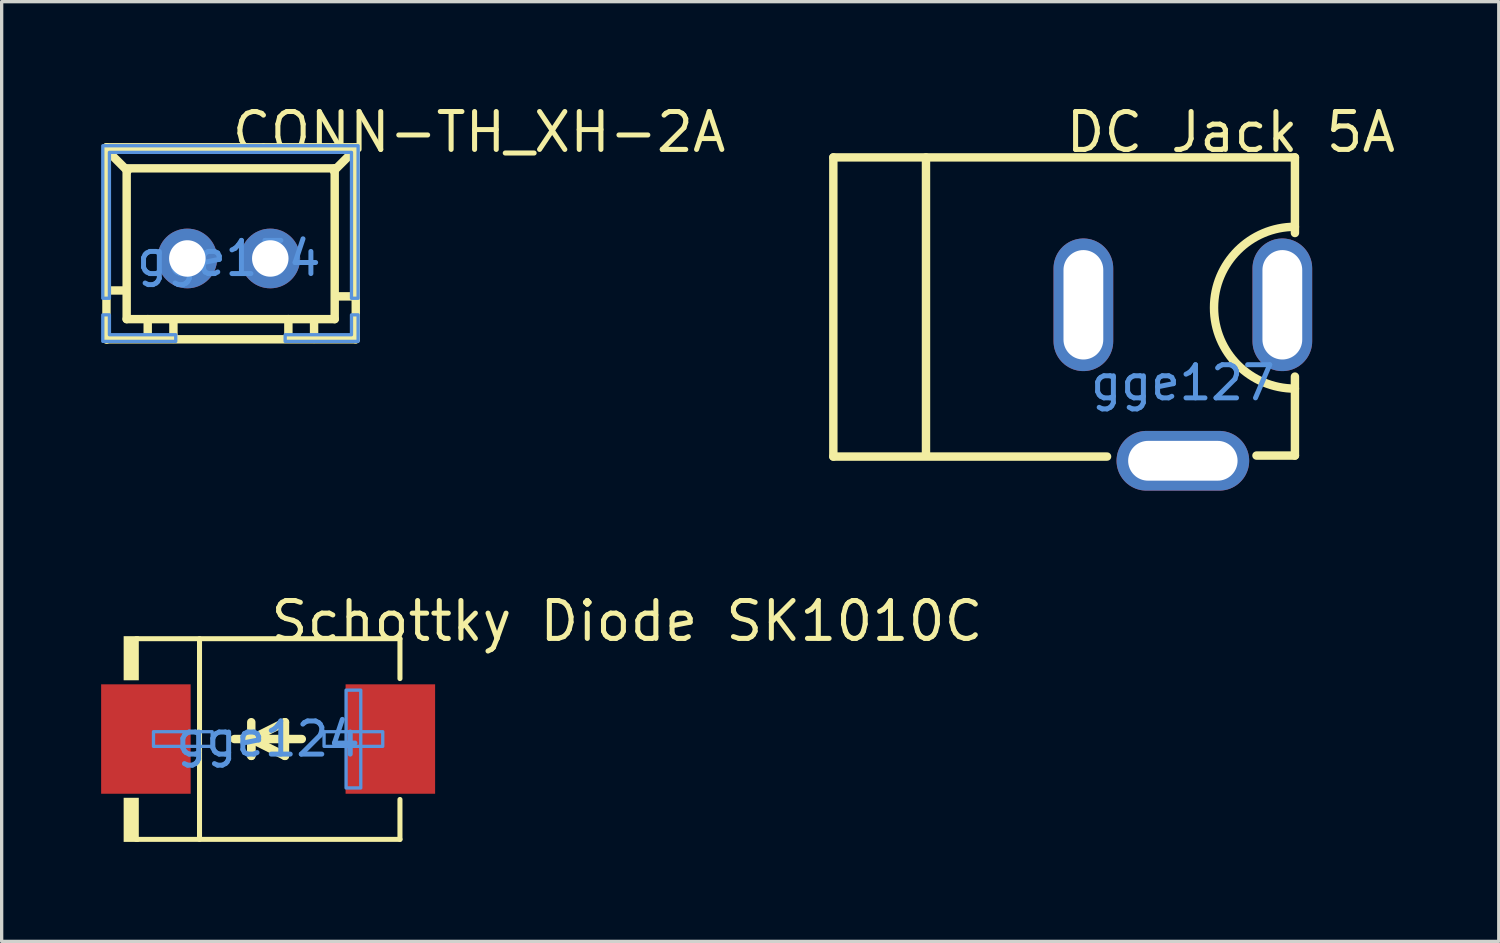
<source format=kicad_pcb>
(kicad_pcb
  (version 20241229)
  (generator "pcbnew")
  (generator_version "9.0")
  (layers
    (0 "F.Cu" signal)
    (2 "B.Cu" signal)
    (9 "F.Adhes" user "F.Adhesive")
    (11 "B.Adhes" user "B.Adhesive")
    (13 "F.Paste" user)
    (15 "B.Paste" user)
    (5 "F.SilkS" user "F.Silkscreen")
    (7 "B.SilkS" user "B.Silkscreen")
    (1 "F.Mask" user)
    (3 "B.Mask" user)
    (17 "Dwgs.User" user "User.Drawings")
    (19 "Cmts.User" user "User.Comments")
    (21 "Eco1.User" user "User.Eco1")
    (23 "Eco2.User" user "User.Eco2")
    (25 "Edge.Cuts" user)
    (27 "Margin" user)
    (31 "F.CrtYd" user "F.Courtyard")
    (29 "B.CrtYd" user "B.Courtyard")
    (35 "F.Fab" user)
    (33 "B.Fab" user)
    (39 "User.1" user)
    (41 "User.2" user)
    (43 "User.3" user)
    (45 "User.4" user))
  (footprint "DC Jack 5A"
    (layer "F.Cu")
    (at 32.623 8.494)
    (property "Reference" "DC Jack 5A" (at -3.607 -7.559 0) (layer "F.SilkS") (effects (font (size 1.143 1.143) (thickness 0.152)) (justify left)))
    (attr through_hole)
    (fp_line (start -10.541 -6.797) (end -10.541 2.225) (stroke (width 0.254) (type solid)) (layer "F.SilkS"))
    (fp_line (start -10.541 2.225) (end -2.286 2.225) (stroke (width 0.254) (type solid)) (layer "F.SilkS"))
    (fp_line (start -7.747 -6.797) (end -7.747 2.203) (stroke (width 0.254) (type solid)) (layer "F.SilkS"))
    (fp_line (start 3.38 -6.797) (end -10.541 -6.797) (stroke (width 0.254) (type solid)) (layer "F.SilkS"))
    (fp_line (start 3.38 -6.797) (end 3.38 -4.517) (stroke (width 0.254) (type solid)) (layer "F.SilkS"))
    (fp_line (start 3.38 -0.187) (end 3.38 2.195) (stroke (width 0.254) (type solid)) (layer "F.SilkS"))
    (fp_line (start 3.38 2.195) (end 2.22 2.195) (stroke (width 0.254) (type solid)) (layer "F.SilkS"))
    (fp_arc (start 3.38 0.176) (mid 0.947987 -2.264122) (end 3.380243 -4.704001) (stroke (width 0.254) (type solid)) (layer "F.SilkS"))
    (fp_text user "gge127" (at 0 0 0) (layer "Cmts.User") (effects (font (size 1 1) (thickness 0.15))))
    (pad "1" thru_hole oval (at 3 -2.352 270) (size 4 1.8) (drill oval 3.3 1.2) (layers "*.Cu" "*.Paste" "*.Mask"))
    (pad "2" thru_hole oval (at -3 -2.352 270) (size 4 1.8) (drill oval 3.3 1.2) (layers "*.Cu" "*.Paste" "*.Mask"))
    (pad "3" thru_hole oval (at 0 2.352) (size 4 1.8) (drill oval 3.3 1.2) (layers "*.Cu" "*.Paste" "*.Mask")))
  (footprint "CONN-TH_XH-2A"
    (layer "F.Cu")
    (at 3.85 4.745)
    (property "Reference" "CONN-TH_XH-2A" (at 0.019 -3.81 0) (layer "F.SilkS") (effects (font (size 1.143 1.143) (thickness 0.152)) (justify left)))
    (attr through_hole)
    (fp_line (start -3.689 -3.353) (end -3.689 2.447) (stroke (width 0.254) (type solid)) (layer "F.SilkS"))
    (fp_line (start -3.689 -3.353) (end 3.811 -3.353) (stroke (width 0.254) (type solid)) (layer "F.SilkS"))
    (fp_line (start -3.689 0.965) (end -3.105 0.965) (stroke (width 0.254) (type solid)) (layer "F.SilkS"))
    (fp_line (start -3.671 2.438) (end 3.829 2.438) (stroke (width 0.254) (type solid)) (layer "F.SilkS"))
    (fp_line (start -3.664 -3.327) (end -3.664 -3.251) (stroke (width 0.254) (type solid)) (layer "F.SilkS"))
    (fp_line (start -3.664 -3.251) (end -3.054 -2.642) (stroke (width 0.254) (type solid)) (layer "F.SilkS"))
    (fp_line (start -3.08 -2.718) (end 3.194 -2.718) (stroke (width 0.254) (type solid)) (layer "F.SilkS"))
    (fp_line (start -3.08 -2.692) (end -3.054 -2.692) (stroke (width 0.254) (type solid)) (layer "F.SilkS"))
    (fp_line (start -3.08 1.829) (end -3.08 -2.692) (stroke (width 0.254) (type solid)) (layer "F.SilkS"))
    (fp_line (start -2.445 2.413) (end -2.445 1.829) (stroke (width 0.254) (type solid)) (layer "F.SilkS"))
    (fp_line (start -1.67 2.426) (end -1.67 1.842) (stroke (width 0.254) (type solid)) (layer "F.SilkS"))
    (fp_line (start 1.797 2.413) (end 1.797 1.829) (stroke (width 0.254) (type solid)) (layer "F.SilkS"))
    (fp_line (start 2.572 2.426) (end 2.572 1.842) (stroke (width 0.254) (type solid)) (layer "F.SilkS"))
    (fp_line (start 3.194 -2.718) (end 3.194 1.829) (stroke (width 0.254) (type solid)) (layer "F.SilkS"))
    (fp_line (start 3.194 1.829) (end -3.08 1.829) (stroke (width 0.254) (type solid)) (layer "F.SilkS"))
    (fp_line (start 3.219 1.143) (end 3.804 1.143) (stroke (width 0.254) (type solid)) (layer "F.SilkS"))
    (fp_line (start 3.778 -3.327) (end 3.778 -3.251) (stroke (width 0.254) (type solid)) (layer "F.SilkS"))
    (fp_line (start 3.778 -3.251) (end 3.169 -2.642) (stroke (width 0.254) (type solid)) (layer "F.SilkS"))
    (fp_line (start 3.829 -3.353) (end 3.829 2.438) (stroke (width 0.254) (type solid)) (layer "F.SilkS"))
    (fp_poly (pts (xy -3.8 1.7) (xy -3.8 2.5) (xy -1.6 2.5) (xy -1.6 2.3) (xy -3.6 2.3) (xy -3.6 1.7)) (stroke (width 0.1) (type solid)) (fill no) (layer "Cmts.User"))
    (fp_poly (pts (xy 3.9 1.7) (xy 3.9 2.5) (xy 1.7 2.5) (xy 1.7 2.3) (xy 3.7 2.3) (xy 3.7 1.7)) (stroke (width 0.1) (type solid)) (fill no) (layer "Cmts.User"))
    (fp_poly (pts (xy 3.9 1.2) (xy 3.8 1.2) (xy 3.7 1.2) (xy 3.7 -3.2) (xy -3.5 -3.2) (xy -3.6 -3.2) (xy -3.6 1.2) (xy -3.8 1.2) (xy -3.8 -3.4) (xy 3.9 -3.4)) (stroke (width 0.1) (type solid)) (fill no) (layer "Cmts.User"))
    (fp_text user "gge154" (at 0 0 0) (layer "Cmts.User") (effects (font (size 1 1) (thickness 0.15))))
    (pad "1" thru_hole circle (at -1.251 0) (size 1.8 1.8) (drill 1.1) (layers "*.Cu" "*.Paste" "*.Mask"))
    (pad "2" thru_hole circle (at 1.251 0) (size 1.8 1.8) (drill 1.1) (layers "*.Cu" "*.Paste" "*.Mask")))
  (footprint "Schottky Diode SK1010C"
    (layer "F.Cu")
    (at 5.036 19.238)
    (property "Reference" "Schottky Diode SK1010C" (at 0 -3.556 0) (layer "F.SilkS") (effects (font (size 1.143 1.143) (thickness 0.152)) (justify left)))
    (attr smd)
    (fp_line (start -3.976 -3.026) (end 3.976 -3.026) (stroke (width 0.152) (type solid)) (layer "F.SilkS"))
    (fp_line (start -3.976 3.026) (end 3.976 3.026) (stroke (width 0.152) (type solid)) (layer "F.SilkS"))
    (fp_line (start -2.069 -3.026) (end -2.069 3.026) (stroke (width 0.152) (type solid)) (layer "F.SilkS"))
    (fp_line (start -0.508 0) (end -0.508 0.508) (stroke (width 0.254) (type solid)) (layer "F.SilkS"))
    (fp_line (start -0.508 0) (end 0.508 0.508) (stroke (width 0.254) (type solid)) (layer "F.SilkS"))
    (fp_line (start -0.508 0.508) (end -0.508 -0.508) (stroke (width 0.254) (type solid)) (layer "F.SilkS"))
    (fp_line (start 0.508 -0.508) (end -0.508 0) (stroke (width 0.254) (type solid)) (layer "F.SilkS"))
    (fp_line (start 0.508 0.508) (end 0.508 -0.508) (stroke (width 0.254) (type solid)) (layer "F.SilkS"))
    (fp_line (start 1.016 0) (end -1.016 0) (stroke (width 0.254) (type solid)) (layer "F.SilkS"))
    (fp_line (start 3.976 -3.026) (end 3.976 -1.823) (stroke (width 0.152) (type solid)) (layer "F.SilkS"))
    (fp_line (start 3.976 3.026) (end 3.976 1.823) (stroke (width 0.152) (type solid)) (layer "F.SilkS"))
    (fp_poly (pts (xy -3.9 -3.102) (xy -3.9 -1.772) (xy -4.357 -1.772) (xy -4.357 -3.102)) (stroke (width 0) (type solid)) (fill yes) (layer "F.SilkS"))
    (fp_poly (pts (xy -3.9 3.102) (xy -3.9 1.772) (xy -4.357 1.772) (xy -4.357 3.102)) (stroke (width 0) (type solid)) (fill yes) (layer "F.SilkS"))
    (fp_poly (pts (xy -3.457 0.221) (xy -3.457 -0.221) (xy -1.687 -0.221) (xy -1.687 0.221)) (stroke (width 0.1) (type solid)) (fill no) (layer "Cmts.User"))
    (fp_poly (pts (xy 2.794 1.475) (xy 2.794 -1.475) (xy 2.351 -1.475) (xy 2.351 1.475)) (stroke (width 0.1) (type solid)) (fill no) (layer "Cmts.User"))
    (fp_poly (pts (xy 3.457 0.221) (xy 3.457 -0.221) (xy 1.687 -0.221) (xy 1.687 0.221)) (stroke (width 0.1) (type solid)) (fill no) (layer "Cmts.User"))
    (fp_text user "gge124" (at 0 0 0) (layer "Cmts.User") (effects (font (size 1 1) (thickness 0.15))))
    (pad "1" smd rect (at -3.686 0) (size 2.7 3.3) (layers "F.Cu" "F.Mask" "F.Paste"))
    (pad "2" smd rect (at 3.686 0) (size 2.7 3.3) (layers "F.Cu" "F.Mask" "F.Paste")))
  (gr_rect
    (start -3 -3)
    (end 42.15 25.34)
    (stroke (width 0.1) (type default))
    (fill no)
    (layer "Edge.Cuts")))
</source>
